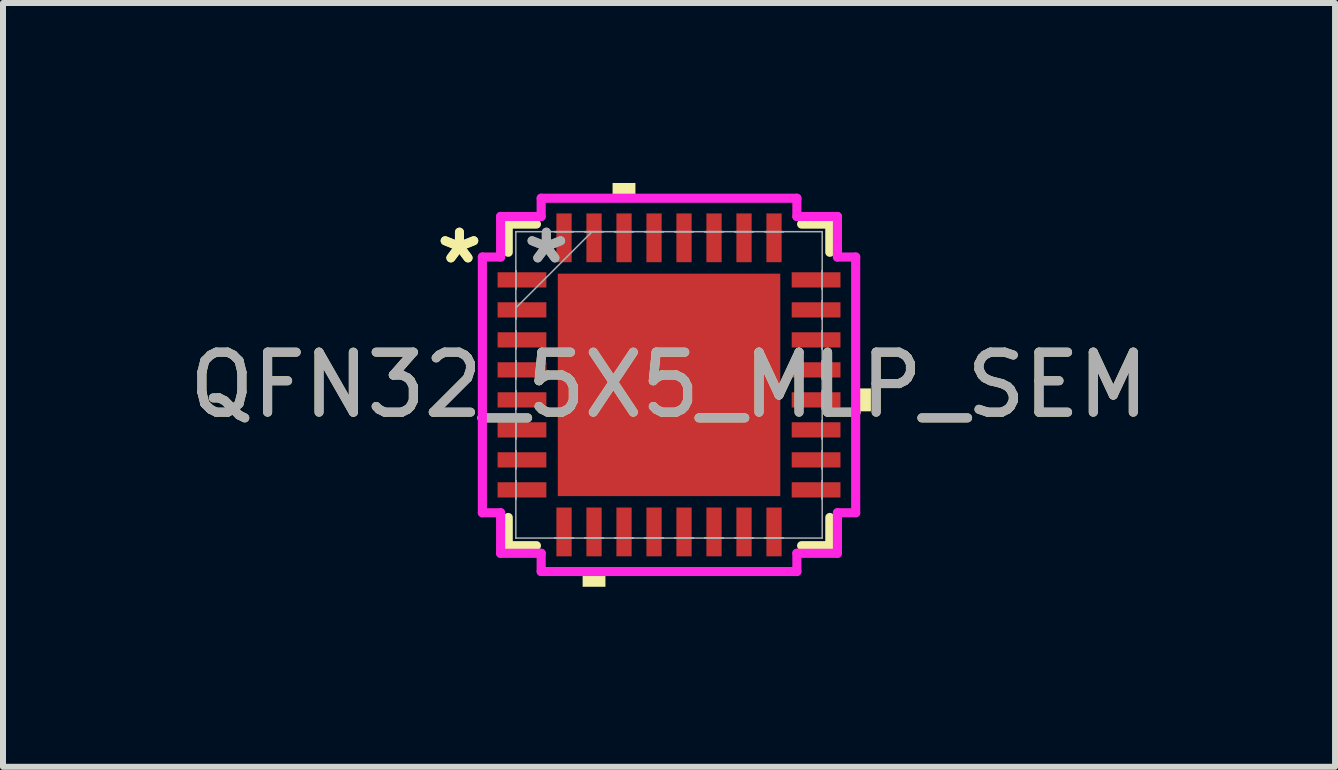
<source format=kicad_pcb>
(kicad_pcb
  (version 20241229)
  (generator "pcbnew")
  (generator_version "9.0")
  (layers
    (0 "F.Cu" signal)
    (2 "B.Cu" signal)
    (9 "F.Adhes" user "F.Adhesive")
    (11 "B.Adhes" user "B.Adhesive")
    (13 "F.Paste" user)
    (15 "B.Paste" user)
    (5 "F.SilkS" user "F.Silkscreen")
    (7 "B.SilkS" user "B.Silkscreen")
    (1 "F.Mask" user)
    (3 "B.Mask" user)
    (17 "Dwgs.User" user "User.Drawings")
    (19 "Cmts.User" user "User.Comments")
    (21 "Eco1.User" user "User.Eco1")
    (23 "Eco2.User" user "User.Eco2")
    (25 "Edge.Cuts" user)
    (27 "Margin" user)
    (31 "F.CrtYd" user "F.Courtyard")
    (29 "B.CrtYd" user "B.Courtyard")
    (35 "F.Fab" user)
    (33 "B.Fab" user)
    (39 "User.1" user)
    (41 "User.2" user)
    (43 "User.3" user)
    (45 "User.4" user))
  (footprint "QFN32_5X5_MLP_SEM"
    (layer "F.Cu")
    (at 8.101 3.365)
    (property "Reference" "QFN32_5X5_MLP_SEM" (at 0 0 0) (unlocked yes) (layer "F.SilkS") (effects (font (size 1 1) (thickness 0.15))))
    (attr smd)
    (fp_line (start -2.68 -2.68) (end -2.68 -2.21) (stroke (width 0.152) (type solid)) (layer "F.SilkS"))
    (fp_line (start -2.68 2.21) (end -2.68 2.68) (stroke (width 0.152) (type solid)) (layer "F.SilkS"))
    (fp_line (start -2.68 2.68) (end -2.21 2.68) (stroke (width 0.152) (type solid)) (layer "F.SilkS"))
    (fp_line (start -2.21 -2.68) (end -2.68 -2.68) (stroke (width 0.152) (type solid)) (layer "F.SilkS"))
    (fp_line (start 2.21 2.68) (end 2.68 2.68) (stroke (width 0.152) (type solid)) (layer "F.SilkS"))
    (fp_line (start 2.68 -2.68) (end 2.21 -2.68) (stroke (width 0.152) (type solid)) (layer "F.SilkS"))
    (fp_line (start 2.68 -2.21) (end 2.68 -2.68) (stroke (width 0.152) (type solid)) (layer "F.SilkS"))
    (fp_line (start 2.68 2.68) (end 2.68 2.21) (stroke (width 0.152) (type solid)) (layer "F.SilkS"))
    (fp_poly (pts (xy -1.44 3.111) (xy -1.44 3.365) (xy -1.06 3.365) (xy -1.06 3.111)) (stroke (width 0) (type solid)) (fill yes) (layer "F.SilkS"))
    (fp_poly (pts (xy -0.941 -3.111) (xy -0.941 -3.365) (xy -0.56 -3.365) (xy -0.56 -3.111)) (stroke (width 0) (type solid)) (fill yes) (layer "F.SilkS"))
    (fp_poly (pts (xy 3.365 0.059) (xy 3.365 0.441) (xy 3.111 0.441) (xy 3.111 0.059)) (stroke (width 0) (type solid)) (fill yes) (layer "F.SilkS"))
    (fp_poly (pts (xy -1.754 -1.754) (xy -1.754 -0.1) (xy -0.1 -0.1) (xy -0.1 -1.754)) (stroke (width 0) (type solid)) (fill yes) (layer "F.Paste"))
    (fp_poly (pts (xy -1.754 0.1) (xy -1.754 1.754) (xy -0.1 1.754) (xy -0.1 0.1)) (stroke (width 0) (type solid)) (fill yes) (layer "F.Paste"))
    (fp_poly (pts (xy 0.1 -1.754) (xy 0.1 -0.1) (xy 1.754 -0.1) (xy 1.754 -1.754)) (stroke (width 0) (type solid)) (fill yes) (layer "F.Paste"))
    (fp_poly (pts (xy 0.1 0.1) (xy 0.1 1.754) (xy 1.754 1.754) (xy 1.754 0.1)) (stroke (width 0) (type solid)) (fill yes) (layer "F.Paste"))
    (fp_line (start -3.111 -2.131) (end -2.807 -2.131) (stroke (width 0.152) (type solid)) (layer "F.CrtYd"))
    (fp_line (start -3.111 2.131) (end -3.111 -2.131) (stroke (width 0.152) (type solid)) (layer "F.CrtYd"))
    (fp_line (start -2.807 -2.807) (end -2.131 -2.807) (stroke (width 0.152) (type solid)) (layer "F.CrtYd"))
    (fp_line (start -2.807 -2.131) (end -2.807 -2.807) (stroke (width 0.152) (type solid)) (layer "F.CrtYd"))
    (fp_line (start -2.807 2.131) (end -3.111 2.131) (stroke (width 0.152) (type solid)) (layer "F.CrtYd"))
    (fp_line (start -2.807 2.807) (end -2.807 2.131) (stroke (width 0.152) (type solid)) (layer "F.CrtYd"))
    (fp_line (start -2.131 -3.111) (end 2.131 -3.111) (stroke (width 0.152) (type solid)) (layer "F.CrtYd"))
    (fp_line (start -2.131 -2.807) (end -2.131 -3.111) (stroke (width 0.152) (type solid)) (layer "F.CrtYd"))
    (fp_line (start -2.131 2.807) (end -2.807 2.807) (stroke (width 0.152) (type solid)) (layer "F.CrtYd"))
    (fp_line (start -2.131 3.111) (end -2.131 2.807) (stroke (width 0.152) (type solid)) (layer "F.CrtYd"))
    (fp_line (start 2.131 -3.111) (end 2.131 -2.807) (stroke (width 0.152) (type solid)) (layer "F.CrtYd"))
    (fp_line (start 2.131 -2.807) (end 2.807 -2.807) (stroke (width 0.152) (type solid)) (layer "F.CrtYd"))
    (fp_line (start 2.131 2.807) (end 2.131 3.111) (stroke (width 0.152) (type solid)) (layer "F.CrtYd"))
    (fp_line (start 2.131 3.111) (end -2.131 3.111) (stroke (width 0.152) (type solid)) (layer "F.CrtYd"))
    (fp_line (start 2.807 -2.807) (end 2.807 -2.131) (stroke (width 0.152) (type solid)) (layer "F.CrtYd"))
    (fp_line (start 2.807 -2.131) (end 3.111 -2.131) (stroke (width 0.152) (type solid)) (layer "F.CrtYd"))
    (fp_line (start 2.807 2.131) (end 2.807 2.807) (stroke (width 0.152) (type solid)) (layer "F.CrtYd"))
    (fp_line (start 2.807 2.807) (end 2.131 2.807) (stroke (width 0.152) (type solid)) (layer "F.CrtYd"))
    (fp_line (start 3.111 -2.131) (end 3.111 2.131) (stroke (width 0.152) (type solid)) (layer "F.CrtYd"))
    (fp_line (start 3.111 2.131) (end 2.807 2.131) (stroke (width 0.152) (type solid)) (layer "F.CrtYd"))
    (fp_line (start -2.553 -2.553) (end -2.553 -2.553) (stroke (width 0.025) (type solid)) (layer "F.Fab"))
    (fp_line (start -2.553 -2.553) (end -2.553 2.553) (stroke (width 0.025) (type solid)) (layer "F.Fab"))
    (fp_line (start -2.553 -1.902) (end -2.553 -1.902) (stroke (width 0.025) (type solid)) (layer "F.Fab"))
    (fp_line (start -2.553 -1.902) (end -2.553 -1.598) (stroke (width 0.025) (type solid)) (layer "F.Fab"))
    (fp_line (start -2.553 -1.598) (end -2.553 -1.902) (stroke (width 0.025) (type solid)) (layer "F.Fab"))
    (fp_line (start -2.553 -1.598) (end -2.553 -1.598) (stroke (width 0.025) (type solid)) (layer "F.Fab"))
    (fp_line (start -2.553 -1.402) (end -2.553 -1.402) (stroke (width 0.025) (type solid)) (layer "F.Fab"))
    (fp_line (start -2.553 -1.402) (end -2.553 -1.098) (stroke (width 0.025) (type solid)) (layer "F.Fab"))
    (fp_line (start -2.553 -1.283) (end -1.283 -2.553) (stroke (width 0.025) (type solid)) (layer "F.Fab"))
    (fp_line (start -2.553 -1.098) (end -2.553 -1.402) (stroke (width 0.025) (type solid)) (layer "F.Fab"))
    (fp_line (start -2.553 -1.098) (end -2.553 -1.098) (stroke (width 0.025) (type solid)) (layer "F.Fab"))
    (fp_line (start -2.553 -0.902) (end -2.553 -0.902) (stroke (width 0.025) (type solid)) (layer "F.Fab"))
    (fp_line (start -2.553 -0.902) (end -2.553 -0.598) (stroke (width 0.025) (type solid)) (layer "F.Fab"))
    (fp_line (start -2.553 -0.598) (end -2.553 -0.902) (stroke (width 0.025) (type solid)) (layer "F.Fab"))
    (fp_line (start -2.553 -0.598) (end -2.553 -0.598) (stroke (width 0.025) (type solid)) (layer "F.Fab"))
    (fp_line (start -2.553 -0.402) (end -2.553 -0.402) (stroke (width 0.025) (type solid)) (layer "F.Fab"))
    (fp_line (start -2.553 -0.402) (end -2.553 -0.098) (stroke (width 0.025) (type solid)) (layer "F.Fab"))
    (fp_line (start -2.553 -0.098) (end -2.553 -0.402) (stroke (width 0.025) (type solid)) (layer "F.Fab"))
    (fp_line (start -2.553 -0.098) (end -2.553 -0.098) (stroke (width 0.025) (type solid)) (layer "F.Fab"))
    (fp_line (start -2.553 0.098) (end -2.553 0.098) (stroke (width 0.025) (type solid)) (layer "F.Fab"))
    (fp_line (start -2.553 0.098) (end -2.553 0.402) (stroke (width 0.025) (type solid)) (layer "F.Fab"))
    (fp_line (start -2.553 0.402) (end -2.553 0.098) (stroke (width 0.025) (type solid)) (layer "F.Fab"))
    (fp_line (start -2.553 0.402) (end -2.553 0.402) (stroke (width 0.025) (type solid)) (layer "F.Fab"))
    (fp_line (start -2.553 0.598) (end -2.553 0.598) (stroke (width 0.025) (type solid)) (layer "F.Fab"))
    (fp_line (start -2.553 0.598) (end -2.553 0.902) (stroke (width 0.025) (type solid)) (layer "F.Fab"))
    (fp_line (start -2.553 0.902) (end -2.553 0.598) (stroke (width 0.025) (type solid)) (layer "F.Fab"))
    (fp_line (start -2.553 0.902) (end -2.553 0.902) (stroke (width 0.025) (type solid)) (layer "F.Fab"))
    (fp_line (start -2.553 1.098) (end -2.553 1.098) (stroke (width 0.025) (type solid)) (layer "F.Fab"))
    (fp_line (start -2.553 1.098) (end -2.553 1.402) (stroke (width 0.025) (type solid)) (layer "F.Fab"))
    (fp_line (start -2.553 1.402) (end -2.553 1.098) (stroke (width 0.025) (type solid)) (layer "F.Fab"))
    (fp_line (start -2.553 1.402) (end -2.553 1.402) (stroke (width 0.025) (type solid)) (layer "F.Fab"))
    (fp_line (start -2.553 1.598) (end -2.553 1.598) (stroke (width 0.025) (type solid)) (layer "F.Fab"))
    (fp_line (start -2.553 1.598) (end -2.553 1.902) (stroke (width 0.025) (type solid)) (layer "F.Fab"))
    (fp_line (start -2.553 1.902) (end -2.553 1.598) (stroke (width 0.025) (type solid)) (layer "F.Fab"))
    (fp_line (start -2.553 1.902) (end -2.553 1.902) (stroke (width 0.025) (type solid)) (layer "F.Fab"))
    (fp_line (start -2.553 2.553) (end -2.553 2.553) (stroke (width 0.025) (type solid)) (layer "F.Fab"))
    (fp_line (start -2.553 2.553) (end 2.553 2.553) (stroke (width 0.025) (type solid)) (layer "F.Fab"))
    (fp_line (start -1.902 -2.553) (end -1.902 -2.553) (stroke (width 0.025) (type solid)) (layer "F.Fab"))
    (fp_line (start -1.902 -2.553) (end -1.598 -2.553) (stroke (width 0.025) (type solid)) (layer "F.Fab"))
    (fp_line (start -1.902 2.553) (end -1.902 2.553) (stroke (width 0.025) (type solid)) (layer "F.Fab"))
    (fp_line (start -1.902 2.553) (end -1.598 2.553) (stroke (width 0.025) (type solid)) (layer "F.Fab"))
    (fp_line (start -1.598 -2.553) (end -1.902 -2.553) (stroke (width 0.025) (type solid)) (layer "F.Fab"))
    (fp_line (start -1.598 -2.553) (end -1.598 -2.553) (stroke (width 0.025) (type solid)) (layer "F.Fab"))
    (fp_line (start -1.598 2.553) (end -1.902 2.553) (stroke (width 0.025) (type solid)) (layer "F.Fab"))
    (fp_line (start -1.598 2.553) (end -1.598 2.553) (stroke (width 0.025) (type solid)) (layer "F.Fab"))
    (fp_line (start -1.402 -2.553) (end -1.402 -2.553) (stroke (width 0.025) (type solid)) (layer "F.Fab"))
    (fp_line (start -1.402 -2.553) (end -1.098 -2.553) (stroke (width 0.025) (type solid)) (layer "F.Fab"))
    (fp_line (start -1.402 2.553) (end -1.402 2.553) (stroke (width 0.025) (type solid)) (layer "F.Fab"))
    (fp_line (start -1.402 2.553) (end -1.098 2.553) (stroke (width 0.025) (type solid)) (layer "F.Fab"))
    (fp_line (start -1.098 -2.553) (end -1.402 -2.553) (stroke (width 0.025) (type solid)) (layer "F.Fab"))
    (fp_line (start -1.098 -2.553) (end -1.098 -2.553) (stroke (width 0.025) (type solid)) (layer "F.Fab"))
    (fp_line (start -1.098 2.553) (end -1.402 2.553) (stroke (width 0.025) (type solid)) (layer "F.Fab"))
    (fp_line (start -1.098 2.553) (end -1.098 2.553) (stroke (width 0.025) (type solid)) (layer "F.Fab"))
    (fp_line (start -0.902 -2.553) (end -0.902 -2.553) (stroke (width 0.025) (type solid)) (layer "F.Fab"))
    (fp_line (start -0.902 -2.553) (end -0.598 -2.553) (stroke (width 0.025) (type solid)) (layer "F.Fab"))
    (fp_line (start -0.902 2.553) (end -0.902 2.553) (stroke (width 0.025) (type solid)) (layer "F.Fab"))
    (fp_line (start -0.902 2.553) (end -0.598 2.553) (stroke (width 0.025) (type solid)) (layer "F.Fab"))
    (fp_line (start -0.598 -2.553) (end -0.902 -2.553) (stroke (width 0.025) (type solid)) (layer "F.Fab"))
    (fp_line (start -0.598 -2.553) (end -0.598 -2.553) (stroke (width 0.025) (type solid)) (layer "F.Fab"))
    (fp_line (start -0.598 2.553) (end -0.902 2.553) (stroke (width 0.025) (type solid)) (layer "F.Fab"))
    (fp_line (start -0.598 2.553) (end -0.598 2.553) (stroke (width 0.025) (type solid)) (layer "F.Fab"))
    (fp_line (start -0.402 -2.553) (end -0.402 -2.553) (stroke (width 0.025) (type solid)) (layer "F.Fab"))
    (fp_line (start -0.402 -2.553) (end -0.098 -2.553) (stroke (width 0.025) (type solid)) (layer "F.Fab"))
    (fp_line (start -0.402 2.553) (end -0.402 2.553) (stroke (width 0.025) (type solid)) (layer "F.Fab"))
    (fp_line (start -0.402 2.553) (end -0.098 2.553) (stroke (width 0.025) (type solid)) (layer "F.Fab"))
    (fp_line (start -0.098 -2.553) (end -0.402 -2.553) (stroke (width 0.025) (type solid)) (layer "F.Fab"))
    (fp_line (start -0.098 -2.553) (end -0.098 -2.553) (stroke (width 0.025) (type solid)) (layer "F.Fab"))
    (fp_line (start -0.098 2.553) (end -0.402 2.553) (stroke (width 0.025) (type solid)) (layer "F.Fab"))
    (fp_line (start -0.098 2.553) (end -0.098 2.553) (stroke (width 0.025) (type solid)) (layer "F.Fab"))
    (fp_line (start 0.098 -2.553) (end 0.098 -2.553) (stroke (width 0.025) (type solid)) (layer "F.Fab"))
    (fp_line (start 0.098 -2.553) (end 0.402 -2.553) (stroke (width 0.025) (type solid)) (layer "F.Fab"))
    (fp_line (start 0.098 2.553) (end 0.098 2.553) (stroke (width 0.025) (type solid)) (layer "F.Fab"))
    (fp_line (start 0.098 2.553) (end 0.402 2.553) (stroke (width 0.025) (type solid)) (layer "F.Fab"))
    (fp_line (start 0.402 -2.553) (end 0.098 -2.553) (stroke (width 0.025) (type solid)) (layer "F.Fab"))
    (fp_line (start 0.402 -2.553) (end 0.402 -2.553) (stroke (width 0.025) (type solid)) (layer "F.Fab"))
    (fp_line (start 0.402 2.553) (end 0.098 2.553) (stroke (width 0.025) (type solid)) (layer "F.Fab"))
    (fp_line (start 0.402 2.553) (end 0.402 2.553) (stroke (width 0.025) (type solid)) (layer "F.Fab"))
    (fp_line (start 0.598 -2.553) (end 0.598 -2.553) (stroke (width 0.025) (type solid)) (layer "F.Fab"))
    (fp_line (start 0.598 -2.553) (end 0.902 -2.553) (stroke (width 0.025) (type solid)) (layer "F.Fab"))
    (fp_line (start 0.598 2.553) (end 0.598 2.553) (stroke (width 0.025) (type solid)) (layer "F.Fab"))
    (fp_line (start 0.598 2.553) (end 0.902 2.553) (stroke (width 0.025) (type solid)) (layer "F.Fab"))
    (fp_line (start 0.902 -2.553) (end 0.598 -2.553) (stroke (width 0.025) (type solid)) (layer "F.Fab"))
    (fp_line (start 0.902 -2.553) (end 0.902 -2.553) (stroke (width 0.025) (type solid)) (layer "F.Fab"))
    (fp_line (start 0.902 2.553) (end 0.598 2.553) (stroke (width 0.025) (type solid)) (layer "F.Fab"))
    (fp_line (start 0.902 2.553) (end 0.902 2.553) (stroke (width 0.025) (type solid)) (layer "F.Fab"))
    (fp_line (start 1.098 -2.553) (end 1.098 -2.553) (stroke (width 0.025) (type solid)) (layer "F.Fab"))
    (fp_line (start 1.098 -2.553) (end 1.402 -2.553) (stroke (width 0.025) (type solid)) (layer "F.Fab"))
    (fp_line (start 1.098 2.553) (end 1.098 2.553) (stroke (width 0.025) (type solid)) (layer "F.Fab"))
    (fp_line (start 1.098 2.553) (end 1.402 2.553) (stroke (width 0.025) (type solid)) (layer "F.Fab"))
    (fp_line (start 1.402 -2.553) (end 1.098 -2.553) (stroke (width 0.025) (type solid)) (layer "F.Fab"))
    (fp_line (start 1.402 -2.553) (end 1.402 -2.553) (stroke (width 0.025) (type solid)) (layer "F.Fab"))
    (fp_line (start 1.402 2.553) (end 1.098 2.553) (stroke (width 0.025) (type solid)) (layer "F.Fab"))
    (fp_line (start 1.402 2.553) (end 1.402 2.553) (stroke (width 0.025) (type solid)) (layer "F.Fab"))
    (fp_line (start 1.598 -2.553) (end 1.598 -2.553) (stroke (width 0.025) (type solid)) (layer "F.Fab"))
    (fp_line (start 1.598 -2.553) (end 1.902 -2.553) (stroke (width 0.025) (type solid)) (layer "F.Fab"))
    (fp_line (start 1.598 2.553) (end 1.598 2.553) (stroke (width 0.025) (type solid)) (layer "F.Fab"))
    (fp_line (start 1.598 2.553) (end 1.902 2.553) (stroke (width 0.025) (type solid)) (layer "F.Fab"))
    (fp_line (start 1.902 -2.553) (end 1.598 -2.553) (stroke (width 0.025) (type solid)) (layer "F.Fab"))
    (fp_line (start 1.902 -2.553) (end 1.902 -2.553) (stroke (width 0.025) (type solid)) (layer "F.Fab"))
    (fp_line (start 1.902 2.553) (end 1.598 2.553) (stroke (width 0.025) (type solid)) (layer "F.Fab"))
    (fp_line (start 1.902 2.553) (end 1.902 2.553) (stroke (width 0.025) (type solid)) (layer "F.Fab"))
    (fp_line (start 2.553 -2.553) (end -2.553 -2.553) (stroke (width 0.025) (type solid)) (layer "F.Fab"))
    (fp_line (start 2.553 -2.553) (end 2.553 -2.553) (stroke (width 0.025) (type solid)) (layer "F.Fab"))
    (fp_line (start 2.553 -1.902) (end 2.553 -1.902) (stroke (width 0.025) (type solid)) (layer "F.Fab"))
    (fp_line (start 2.553 -1.902) (end 2.553 -1.598) (stroke (width 0.025) (type solid)) (layer "F.Fab"))
    (fp_line (start 2.553 -1.598) (end 2.553 -1.902) (stroke (width 0.025) (type solid)) (layer "F.Fab"))
    (fp_line (start 2.553 -1.598) (end 2.553 -1.598) (stroke (width 0.025) (type solid)) (layer "F.Fab"))
    (fp_line (start 2.553 -1.402) (end 2.553 -1.402) (stroke (width 0.025) (type solid)) (layer "F.Fab"))
    (fp_line (start 2.553 -1.402) (end 2.553 -1.098) (stroke (width 0.025) (type solid)) (layer "F.Fab"))
    (fp_line (start 2.553 -1.098) (end 2.553 -1.402) (stroke (width 0.025) (type solid)) (layer "F.Fab"))
    (fp_line (start 2.553 -1.098) (end 2.553 -1.098) (stroke (width 0.025) (type solid)) (layer "F.Fab"))
    (fp_line (start 2.553 -0.902) (end 2.553 -0.902) (stroke (width 0.025) (type solid)) (layer "F.Fab"))
    (fp_line (start 2.553 -0.902) (end 2.553 -0.598) (stroke (width 0.025) (type solid)) (layer "F.Fab"))
    (fp_line (start 2.553 -0.598) (end 2.553 -0.902) (stroke (width 0.025) (type solid)) (layer "F.Fab"))
    (fp_line (start 2.553 -0.598) (end 2.553 -0.598) (stroke (width 0.025) (type solid)) (layer "F.Fab"))
    (fp_line (start 2.553 -0.402) (end 2.553 -0.402) (stroke (width 0.025) (type solid)) (layer "F.Fab"))
    (fp_line (start 2.553 -0.402) (end 2.553 -0.098) (stroke (width 0.025) (type solid)) (layer "F.Fab"))
    (fp_line (start 2.553 -0.098) (end 2.553 -0.402) (stroke (width 0.025) (type solid)) (layer "F.Fab"))
    (fp_line (start 2.553 -0.098) (end 2.553 -0.098) (stroke (width 0.025) (type solid)) (layer "F.Fab"))
    (fp_line (start 2.553 0.098) (end 2.553 0.098) (stroke (width 0.025) (type solid)) (layer "F.Fab"))
    (fp_line (start 2.553 0.098) (end 2.553 0.402) (stroke (width 0.025) (type solid)) (layer "F.Fab"))
    (fp_line (start 2.553 0.402) (end 2.553 0.098) (stroke (width 0.025) (type solid)) (layer "F.Fab"))
    (fp_line (start 2.553 0.402) (end 2.553 0.402) (stroke (width 0.025) (type solid)) (layer "F.Fab"))
    (fp_line (start 2.553 0.598) (end 2.553 0.598) (stroke (width 0.025) (type solid)) (layer "F.Fab"))
    (fp_line (start 2.553 0.598) (end 2.553 0.902) (stroke (width 0.025) (type solid)) (layer "F.Fab"))
    (fp_line (start 2.553 0.902) (end 2.553 0.598) (stroke (width 0.025) (type solid)) (layer "F.Fab"))
    (fp_line (start 2.553 0.902) (end 2.553 0.902) (stroke (width 0.025) (type solid)) (layer "F.Fab"))
    (fp_line (start 2.553 1.098) (end 2.553 1.098) (stroke (width 0.025) (type solid)) (layer "F.Fab"))
    (fp_line (start 2.553 1.098) (end 2.553 1.402) (stroke (width 0.025) (type solid)) (layer "F.Fab"))
    (fp_line (start 2.553 1.402) (end 2.553 1.098) (stroke (width 0.025) (type solid)) (layer "F.Fab"))
    (fp_line (start 2.553 1.402) (end 2.553 1.402) (stroke (width 0.025) (type solid)) (layer "F.Fab"))
    (fp_line (start 2.553 1.598) (end 2.553 1.598) (stroke (width 0.025) (type solid)) (layer "F.Fab"))
    (fp_line (start 2.553 1.598) (end 2.553 1.902) (stroke (width 0.025) (type solid)) (layer "F.Fab"))
    (fp_line (start 2.553 1.902) (end 2.553 1.598) (stroke (width 0.025) (type solid)) (layer "F.Fab"))
    (fp_line (start 2.553 1.902) (end 2.553 1.902) (stroke (width 0.025) (type solid)) (layer "F.Fab"))
    (fp_line (start 2.553 2.553) (end 2.553 -2.553) (stroke (width 0.025) (type solid)) (layer "F.Fab"))
    (fp_line (start 2.553 2.553) (end 2.553 2.553) (stroke (width 0.025) (type solid)) (layer "F.Fab"))
    (fp_text user "*" (at -3.493 -2 0) (layer "F.SilkS") (effects (font (size 1 1) (thickness 0.15))))
    (fp_text user "*" (at -3.493 -2 0) (unlocked yes) (layer "F.SilkS") (effects (font (size 1 1) (thickness 0.15))))
    (fp_text user "*" (at -2.045 -2 0) (layer "F.Fab") (effects (font (size 1 1) (thickness 0.15))))
    (fp_text user "*" (at -2.045 -2 0) (unlocked yes) (layer "F.Fab") (effects (font (size 1 1) (thickness 0.15))))
    (fp_text user "${REFERENCE}" (at 0 0 0) (unlocked yes) (layer "F.Fab") (effects (font (size 1 1) (thickness 0.15))))
    (pad "1" smd rect (at -2.451 -1.75 90) (size 0.254 0.813) (layers "F.Cu" "F.Mask" "F.Paste"))
    (pad "2" smd rect (at -2.451 -1.25 90) (size 0.254 0.813) (layers "F.Cu" "F.Mask" "F.Paste"))
    (pad "3" smd rect (at -2.451 -0.75 90) (size 0.254 0.813) (layers "F.Cu" "F.Mask" "F.Paste"))
    (pad "4" smd rect (at -2.451 -0.25 90) (size 0.254 0.813) (layers "F.Cu" "F.Mask" "F.Paste"))
    (pad "5" smd rect (at -2.451 0.25 90) (size 0.254 0.813) (layers "F.Cu" "F.Mask" "F.Paste"))
    (pad "6" smd rect (at -2.451 0.75 90) (size 0.254 0.813) (layers "F.Cu" "F.Mask" "F.Paste"))
    (pad "7" smd rect (at -2.451 1.25 90) (size 0.254 0.813) (layers "F.Cu" "F.Mask" "F.Paste"))
    (pad "8" smd rect (at -2.451 1.75 90) (size 0.254 0.813) (layers "F.Cu" "F.Mask" "F.Paste"))
    (pad "9" smd rect (at -1.75 2.451) (size 0.254 0.813) (layers "F.Cu" "F.Mask" "F.Paste"))
    (pad "10" smd rect (at -1.25 2.451) (size 0.254 0.813) (layers "F.Cu" "F.Mask" "F.Paste"))
    (pad "11" smd rect (at -0.75 2.451) (size 0.254 0.813) (layers "F.Cu" "F.Mask" "F.Paste"))
    (pad "12" smd rect (at -0.25 2.451) (size 0.254 0.813) (layers "F.Cu" "F.Mask" "F.Paste"))
    (pad "13" smd rect (at 0.25 2.451) (size 0.254 0.813) (layers "F.Cu" "F.Mask" "F.Paste"))
    (pad "14" smd rect (at 0.75 2.451) (size 0.254 0.813) (layers "F.Cu" "F.Mask" "F.Paste"))
    (pad "15" smd rect (at 1.25 2.451) (size 0.254 0.813) (layers "F.Cu" "F.Mask" "F.Paste"))
    (pad "16" smd rect (at 1.75 2.451) (size 0.254 0.813) (layers "F.Cu" "F.Mask" "F.Paste"))
    (pad "17" smd rect (at 2.451 1.75 90) (size 0.254 0.813) (layers "F.Cu" "F.Mask" "F.Paste"))
    (pad "18" smd rect (at 2.451 1.25 90) (size 0.254 0.813) (layers "F.Cu" "F.Mask" "F.Paste"))
    (pad "19" smd rect (at 2.451 0.75 90) (size 0.254 0.813) (layers "F.Cu" "F.Mask" "F.Paste"))
    (pad "20" smd rect (at 2.451 0.25 90) (size 0.254 0.813) (layers "F.Cu" "F.Mask" "F.Paste"))
    (pad "21" smd rect (at 2.451 -0.25 90) (size 0.254 0.813) (layers "F.Cu" "F.Mask" "F.Paste"))
    (pad "22" smd rect (at 2.451 -0.75 90) (size 0.254 0.813) (layers "F.Cu" "F.Mask" "F.Paste"))
    (pad "23" smd rect (at 2.451 -1.25 90) (size 0.254 0.813) (layers "F.Cu" "F.Mask" "F.Paste"))
    (pad "24" smd rect (at 2.451 -1.75 90) (size 0.254 0.813) (layers "F.Cu" "F.Mask" "F.Paste"))
    (pad "25" smd rect (at 1.75 -2.451) (size 0.254 0.813) (layers "F.Cu" "F.Mask" "F.Paste"))
    (pad "26" smd rect (at 1.25 -2.451) (size 0.254 0.813) (layers "F.Cu" "F.Mask" "F.Paste"))
    (pad "27" smd rect (at 0.75 -2.451) (size 0.254 0.813) (layers "F.Cu" "F.Mask" "F.Paste"))
    (pad "28" smd rect (at 0.25 -2.451) (size 0.254 0.813) (layers "F.Cu" "F.Mask" "F.Paste"))
    (pad "29" smd rect (at -0.25 -2.451) (size 0.254 0.813) (layers "F.Cu" "F.Mask" "F.Paste"))
    (pad "30" smd rect (at -0.75 -2.451) (size 0.254 0.813) (layers "F.Cu" "F.Mask" "F.Paste"))
    (pad "31" smd rect (at -1.25 -2.451) (size 0.254 0.813) (layers "F.Cu" "F.Mask" "F.Paste"))
    (pad "32" smd rect (at -1.75 -2.451) (size 0.254 0.813) (layers "F.Cu" "F.Mask" "F.Paste"))
    (pad "33" smd rect (at 0 0) (size 3.708 3.708) (layers "F.Cu" "F.Mask" "F.Paste")))
  (gr_rect
    (start -3 -3)
    (end 19.202 9.731)
    (stroke (width 0.1) (type default))
    (fill no)
    (layer "Edge.Cuts")))
</source>
